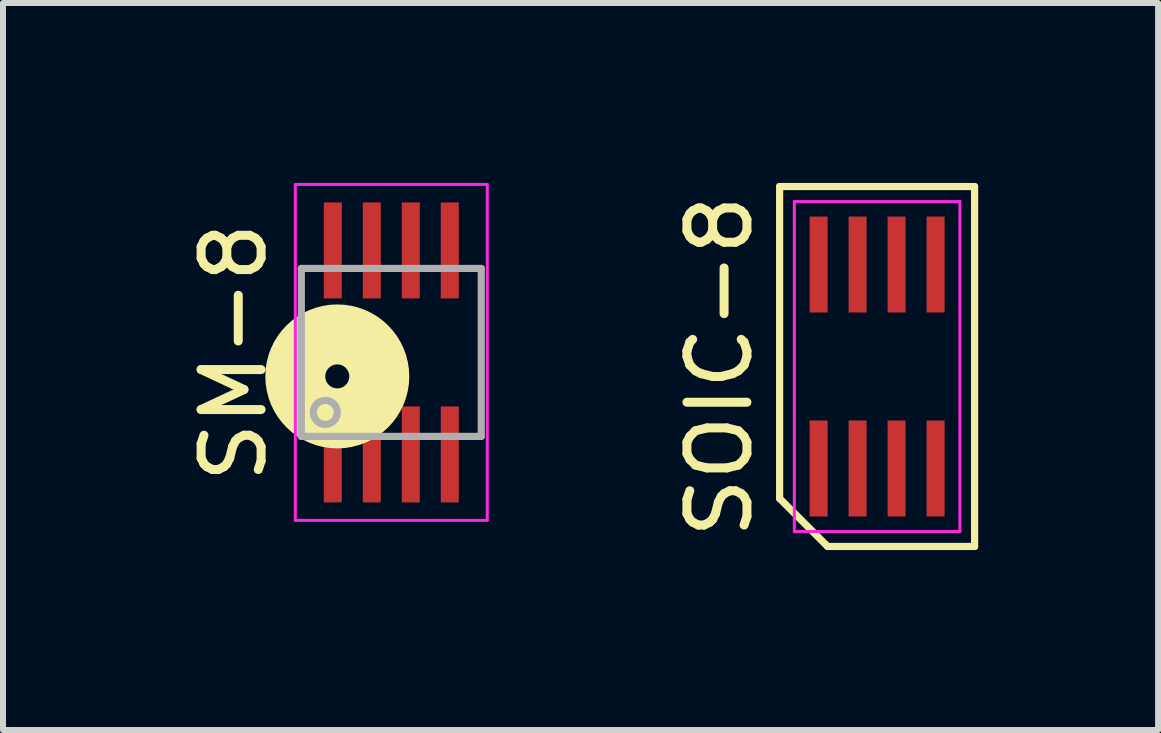
<source format=kicad_pcb>
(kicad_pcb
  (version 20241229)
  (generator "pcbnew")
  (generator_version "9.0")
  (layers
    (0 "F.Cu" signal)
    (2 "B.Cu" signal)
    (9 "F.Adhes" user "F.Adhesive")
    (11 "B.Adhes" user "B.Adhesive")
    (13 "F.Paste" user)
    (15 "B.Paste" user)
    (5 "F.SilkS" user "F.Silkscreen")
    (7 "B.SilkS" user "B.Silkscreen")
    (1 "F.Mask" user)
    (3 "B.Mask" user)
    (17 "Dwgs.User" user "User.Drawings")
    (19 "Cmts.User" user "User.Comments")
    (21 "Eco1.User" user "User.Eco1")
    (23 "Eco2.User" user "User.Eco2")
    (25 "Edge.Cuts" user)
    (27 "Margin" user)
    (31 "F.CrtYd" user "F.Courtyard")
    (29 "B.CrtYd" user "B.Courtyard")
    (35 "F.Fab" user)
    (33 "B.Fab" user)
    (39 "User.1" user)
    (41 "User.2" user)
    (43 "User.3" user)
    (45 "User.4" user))
  (footprint "SOIC-8"
    (layer "F.Cu")
    (at 11.572 3.06)
    (property "Reference" "SOIC-8" (at -2.625 0 90) (layer "F.SilkS") (effects (font (size 1 1) (thickness 0.15))))
    (attr smd)
    (fp_line (start -1.625 -3) (end 1.625 -3) (stroke (width 0.12) (type solid)) (layer "F.SilkS"))
    (fp_line (start -1.625 2.2) (end -1.625 -3) (stroke (width 0.12) (type solid)) (layer "F.SilkS"))
    (fp_line (start -0.825 3) (end -1.625 2.2) (stroke (width 0.12) (type solid)) (layer "F.SilkS"))
    (fp_line (start 1.625 -3) (end 1.625 3) (stroke (width 0.12) (type solid)) (layer "F.SilkS"))
    (fp_line (start 1.625 3) (end -0.825 3) (stroke (width 0.12) (type solid)) (layer "F.SilkS"))
    (fp_line (start -1.38 -2.75) (end 1.38 -2.75) (stroke (width 0.05) (type solid)) (layer "F.CrtYd"))
    (fp_line (start -1.38 2.75) (end -1.38 -2.75) (stroke (width 0.05) (type solid)) (layer "F.CrtYd"))
    (fp_line (start 1.38 -2.75) (end 1.38 2.75) (stroke (width 0.05) (type solid)) (layer "F.CrtYd"))
    (fp_line (start 1.38 2.75) (end -1.38 2.75) (stroke (width 0.05) (type solid)) (layer "F.CrtYd"))
    (pad "1" smd rect (at -0.975 1.7) (size 0.3 1.6) (layers "F.Cu" "F.Mask" "F.Paste"))
    (pad "2" smd rect (at -0.325 1.7) (size 0.3 1.6) (layers "F.Cu" "F.Mask" "F.Paste"))
    (pad "3" smd rect (at 0.325 1.7) (size 0.3 1.6) (layers "F.Cu" "F.Mask" "F.Paste"))
    (pad "4" smd rect (at 0.975 1.7) (size 0.3 1.6) (layers "F.Cu" "F.Mask" "F.Paste"))
    (pad "5" smd rect (at 0.975 -1.7) (size 0.3 1.6) (layers "F.Cu" "F.Mask" "F.Paste"))
    (pad "6" smd rect (at 0.325 -1.7) (size 0.3 1.6) (layers "F.Cu" "F.Mask" "F.Paste"))
    (pad "7" smd rect (at -0.325 -1.7) (size 0.3 1.6) (layers "F.Cu" "F.Mask" "F.Paste"))
    (pad "8" smd rect (at -0.975 -1.7) (size 0.3 1.6) (layers "F.Cu" "F.Mask" "F.Paste")))
  (footprint "SM-8"
    (layer "F.Cu")
    (at 3.473 2.825)
    (property "Reference" "SM-8" (at -2.625 0 90) (layer "F.SilkS") (effects (font (size 1 1) (thickness 0.15))))
    (attr smd)
    (fp_circle (center -0.9 0.4) (end -0.7 0.4) (stroke (width 1) (type solid)) (fill no) (layer "F.SilkS"))
    (fp_line (start -1.6 -2.8) (end 1.6 -2.8) (stroke (width 0.05) (type solid)) (layer "F.CrtYd"))
    (fp_line (start -1.6 2.8) (end -1.6 -2.8) (stroke (width 0.05) (type solid)) (layer "F.CrtYd"))
    (fp_line (start 1.6 -2.8) (end 1.6 2.8) (stroke (width 0.05) (type solid)) (layer "F.CrtYd"))
    (fp_line (start 1.6 2.8) (end -1.6 2.8) (stroke (width 0.05) (type solid)) (layer "F.CrtYd"))
    (fp_line (start -1.5 -1.4) (end -1.5 1.4) (stroke (width 0.12) (type solid)) (layer "F.Fab"))
    (fp_line (start -1.5 1.4) (end 1.5 1.4) (stroke (width 0.12) (type solid)) (layer "F.Fab"))
    (fp_line (start 1.5 -1.4) (end -1.5 -1.4) (stroke (width 0.12) (type solid)) (layer "F.Fab"))
    (fp_line (start 1.5 1.4) (end 1.5 -1.4) (stroke (width 0.12) (type solid)) (layer "F.Fab"))
    (fp_circle (center -1.1 1) (end -0.9 1) (stroke (width 0.12) (type solid)) (fill no) (layer "F.Fab"))
    (pad "1" smd rect (at -0.975 1.7) (size 0.3 1.6) (layers "F.Cu" "F.Mask" "F.Paste"))
    (pad "2" smd rect (at -0.325 1.7) (size 0.3 1.6) (layers "F.Cu" "F.Mask" "F.Paste"))
    (pad "3" smd rect (at 0.325 1.7) (size 0.3 1.6) (layers "F.Cu" "F.Mask" "F.Paste"))
    (pad "4" smd rect (at 0.975 1.7) (size 0.3 1.6) (layers "F.Cu" "F.Mask" "F.Paste"))
    (pad "5" smd rect (at 0.975 -1.7) (size 0.3 1.6) (layers "F.Cu" "F.Mask" "F.Paste"))
    (pad "6" smd rect (at 0.325 -1.7) (size 0.3 1.6) (layers "F.Cu" "F.Mask" "F.Paste"))
    (pad "7" smd rect (at -0.325 -1.7) (size 0.3 1.6) (layers "F.Cu" "F.Mask" "F.Paste"))
    (pad "8" smd rect (at -0.975 -1.7) (size 0.3 1.6) (layers "F.Cu" "F.Mask" "F.Paste")))
  (gr_rect
    (start -3 -3)
    (end 16.256 9.12)
    (stroke (width 0.1) (type default))
    (fill no)
    (layer "Edge.Cuts")))
</source>
